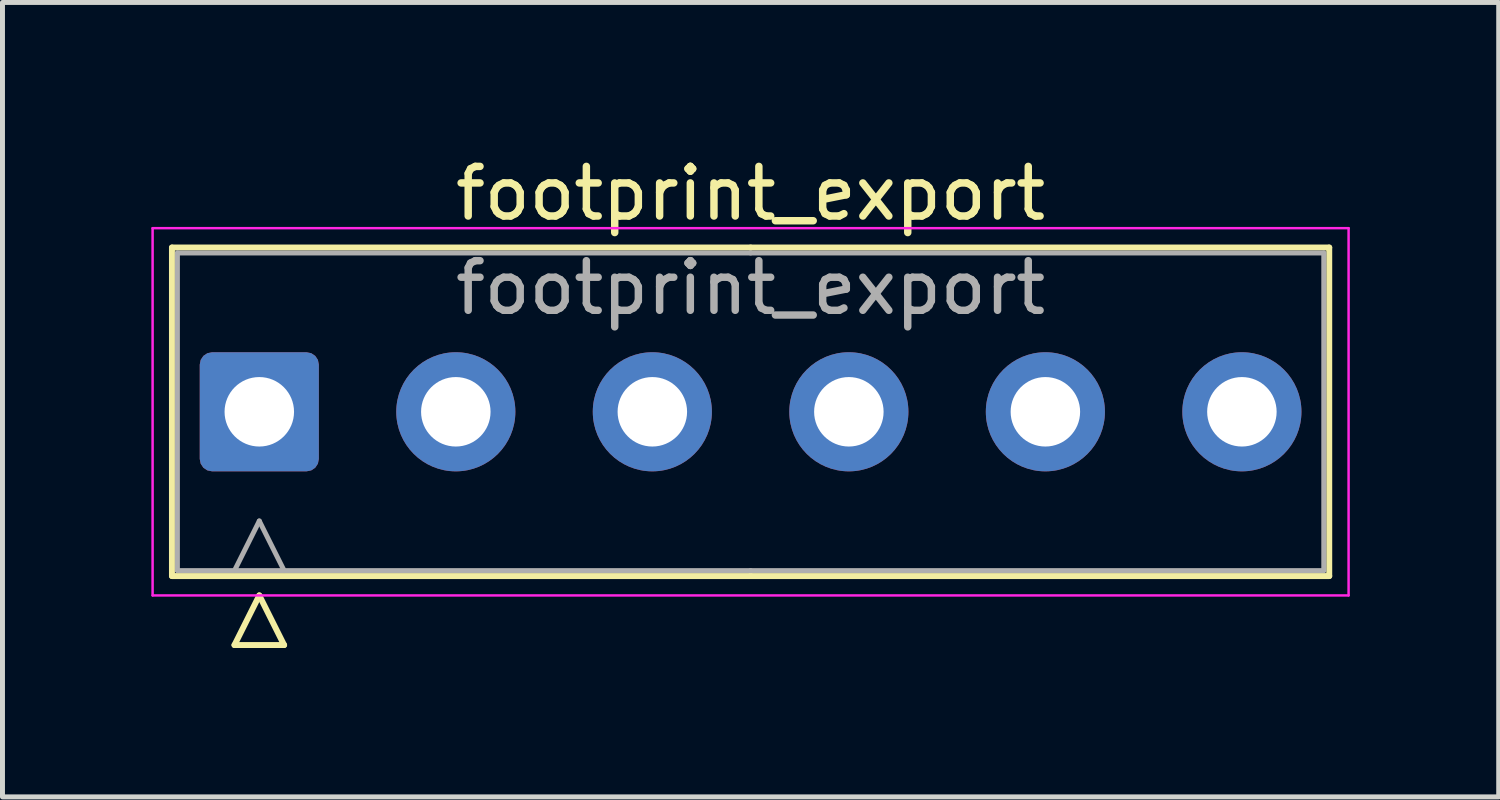
<source format=kicad_pcb>
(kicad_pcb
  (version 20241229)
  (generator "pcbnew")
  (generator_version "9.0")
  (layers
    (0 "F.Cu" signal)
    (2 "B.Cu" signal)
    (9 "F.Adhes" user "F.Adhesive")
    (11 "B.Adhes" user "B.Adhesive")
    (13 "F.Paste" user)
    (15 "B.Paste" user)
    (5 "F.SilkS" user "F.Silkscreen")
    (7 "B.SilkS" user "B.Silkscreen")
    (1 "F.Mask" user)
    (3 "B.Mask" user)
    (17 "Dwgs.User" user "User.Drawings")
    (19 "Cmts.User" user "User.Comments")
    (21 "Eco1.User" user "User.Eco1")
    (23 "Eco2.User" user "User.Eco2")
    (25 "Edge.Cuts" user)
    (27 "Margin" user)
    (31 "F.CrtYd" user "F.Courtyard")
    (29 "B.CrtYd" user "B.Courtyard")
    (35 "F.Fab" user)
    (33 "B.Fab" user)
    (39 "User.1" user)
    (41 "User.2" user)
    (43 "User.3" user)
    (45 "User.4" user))
  (footprint "footprint_export"
    (layer "F.Cu")
    (at 2.175 5.248)
    (property "Reference" "footprint_export" (at 9.9 -4.4 0) (layer "F.SilkS") (effects (font (size 1 1) (thickness 0.15))))
    (attr through_hole)
    (fp_line (start -1.76 -3.31) (end -1.76 3.31) (stroke (width 0.12) (type solid)) (layer "F.SilkS"))
    (fp_line (start -1.76 3.31) (end 9.9 3.31) (stroke (width 0.12) (type solid)) (layer "F.SilkS"))
    (fp_line (start -0.5 4.7) (end 0 3.7) (stroke (width 0.12) (type solid)) (layer "F.SilkS"))
    (fp_line (start 0 3.7) (end 0.5 4.7) (stroke (width 0.12) (type solid)) (layer "F.SilkS"))
    (fp_line (start 0.5 4.7) (end -0.5 4.7) (stroke (width 0.12) (type solid)) (layer "F.SilkS"))
    (fp_line (start 9.9 -3.31) (end -1.76 -3.31) (stroke (width 0.12) (type solid)) (layer "F.SilkS"))
    (fp_line (start 9.9 -3.31) (end 21.56 -3.31) (stroke (width 0.12) (type solid)) (layer "F.SilkS"))
    (fp_line (start 21.56 -3.31) (end 21.56 3.31) (stroke (width 0.12) (type solid)) (layer "F.SilkS"))
    (fp_line (start 21.56 3.31) (end 9.9 3.31) (stroke (width 0.12) (type solid)) (layer "F.SilkS"))
    (fp_line (start -2.15 -3.7) (end -2.15 3.7) (stroke (width 0.05) (type solid)) (layer "F.CrtYd"))
    (fp_line (start -2.15 3.7) (end 21.95 3.7) (stroke (width 0.05) (type solid)) (layer "F.CrtYd"))
    (fp_line (start 21.95 -3.7) (end -2.15 -3.7) (stroke (width 0.05) (type solid)) (layer "F.CrtYd"))
    (fp_line (start 21.95 3.7) (end 21.95 -3.7) (stroke (width 0.05) (type solid)) (layer "F.CrtYd"))
    (fp_line (start -1.65 -3.2) (end -1.65 3.2) (stroke (width 0.1) (type solid)) (layer "F.Fab"))
    (fp_line (start -1.65 3.2) (end 9.9 3.2) (stroke (width 0.1) (type solid)) (layer "F.Fab"))
    (fp_line (start -0.5 3.2) (end 0 2.2) (stroke (width 0.1) (type solid)) (layer "F.Fab"))
    (fp_line (start 0 2.2) (end 0.5 3.2) (stroke (width 0.1) (type solid)) (layer "F.Fab"))
    (fp_line (start 9.9 -3.2) (end -1.65 -3.2) (stroke (width 0.1) (type solid)) (layer "F.Fab"))
    (fp_line (start 9.9 -3.2) (end 21.45 -3.2) (stroke (width 0.1) (type solid)) (layer "F.Fab"))
    (fp_line (start 21.45 -3.2) (end 21.45 3.2) (stroke (width 0.1) (type solid)) (layer "F.Fab"))
    (fp_line (start 21.45 3.2) (end 9.9 3.2) (stroke (width 0.1) (type solid)) (layer "F.Fab"))
    (fp_text user "${REFERENCE}" (at 9.9 -2.5 0) (layer "F.Fab") (effects (font (size 1 1) (thickness 0.15))))
    (pad "1" thru_hole roundrect (at 0 0) (size 2.4 2.4) (drill 1.4) (layers "*.Cu" "*.Mask") (roundrect_rratio 0.104))
    (pad "2" thru_hole circle (at 3.96 0) (size 2.4 2.4) (drill 1.4) (layers "*.Cu" "*.Mask"))
    (pad "3" thru_hole circle (at 7.92 0) (size 2.4 2.4) (drill 1.4) (layers "*.Cu" "*.Mask"))
    (pad "4" thru_hole circle (at 11.88 0) (size 2.4 2.4) (drill 1.4) (layers "*.Cu" "*.Mask"))
    (pad "5" thru_hole circle (at 15.84 0) (size 2.4 2.4) (drill 1.4) (layers "*.Cu" "*.Mask"))
    (pad "6" thru_hole circle (at 19.8 0) (size 2.4 2.4) (drill 1.4) (layers "*.Cu" "*.Mask")))
  (gr_rect
    (start -3 -3)
    (end 27.15 13.008)
    (stroke (width 0.1) (type default))
    (fill no)
    (layer "Edge.Cuts")))
</source>
